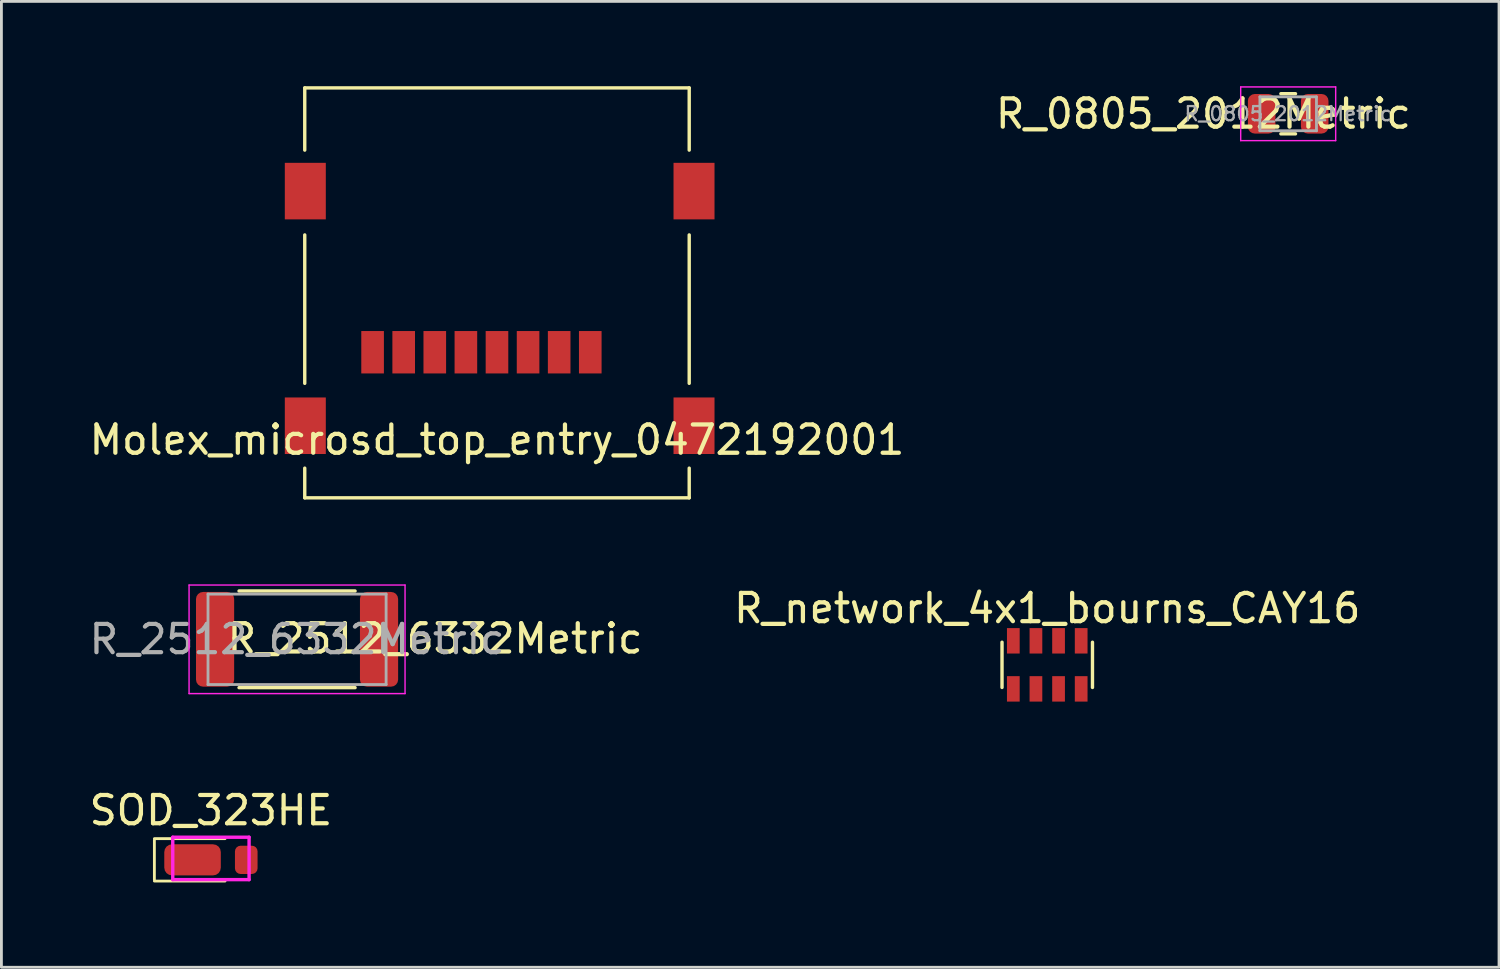
<source format=kicad_pcb>
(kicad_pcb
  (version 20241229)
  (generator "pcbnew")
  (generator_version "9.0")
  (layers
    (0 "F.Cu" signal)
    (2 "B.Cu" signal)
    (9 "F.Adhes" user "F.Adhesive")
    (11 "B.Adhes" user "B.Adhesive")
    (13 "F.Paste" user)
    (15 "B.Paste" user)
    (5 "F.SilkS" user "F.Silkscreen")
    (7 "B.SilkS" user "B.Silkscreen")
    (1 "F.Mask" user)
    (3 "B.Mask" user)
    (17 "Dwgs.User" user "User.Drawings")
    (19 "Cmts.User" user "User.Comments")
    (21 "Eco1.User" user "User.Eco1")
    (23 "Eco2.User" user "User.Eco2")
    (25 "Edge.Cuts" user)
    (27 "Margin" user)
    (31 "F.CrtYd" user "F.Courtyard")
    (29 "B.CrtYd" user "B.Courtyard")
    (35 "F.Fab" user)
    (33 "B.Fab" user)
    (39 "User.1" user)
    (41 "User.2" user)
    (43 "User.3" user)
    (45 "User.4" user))
  (footprint "R_2512_6332Metric"
    (layer "F.Cu")
    (at 7.458 19.565)
    (property "Reference" "R_2512_6332Metric" (at 4.882 -0.025 0) (layer "F.SilkS") (effects (font (size 1 1) (thickness 0.15))))
    (attr smd)
    (fp_line (start -2.052 -1.71) (end 2.052 -1.71) (stroke (width 0.12) (type solid)) (layer "F.SilkS"))
    (fp_line (start -2.052 1.71) (end 2.052 1.71) (stroke (width 0.12) (type solid)) (layer "F.SilkS"))
    (fp_line (start -3.82 -1.92) (end 3.82 -1.92) (stroke (width 0.05) (type solid)) (layer "F.CrtYd"))
    (fp_line (start -3.82 1.92) (end -3.82 -1.92) (stroke (width 0.05) (type solid)) (layer "F.CrtYd"))
    (fp_line (start 3.82 -1.92) (end 3.82 1.92) (stroke (width 0.05) (type solid)) (layer "F.CrtYd"))
    (fp_line (start 3.82 1.92) (end -3.82 1.92) (stroke (width 0.05) (type solid)) (layer "F.CrtYd"))
    (fp_line (start -3.15 -1.6) (end 3.15 -1.6) (stroke (width 0.1) (type solid)) (layer "F.Fab"))
    (fp_line (start -3.15 1.6) (end -3.15 -1.6) (stroke (width 0.1) (type solid)) (layer "F.Fab"))
    (fp_line (start 3.15 -1.6) (end 3.15 1.6) (stroke (width 0.1) (type solid)) (layer "F.Fab"))
    (fp_line (start 3.15 1.6) (end -3.15 1.6) (stroke (width 0.1) (type solid)) (layer "F.Fab"))
    (fp_text user "${REFERENCE}" (at 0 0 0) (layer "F.Fab") (effects (font (size 1 1) (thickness 0.15))))
    (pad "1" smd roundrect (at -2.9 0) (size 1.35 3.35) (layers "F.Cu" "F.Mask" "F.Paste") (roundrect_rratio 0.185))
    (pad "2" smd roundrect (at 2.9 0) (size 1.35 3.35) (layers "F.Cu" "F.Mask" "F.Paste") (roundrect_rratio 0.185)))
  (footprint "SOD_323HE"
    (layer "F.Cu")
    (at 4.411 27.366)
    (property "Reference" "SOD_323HE" (at 0 -1.75 0) (layer "F.SilkS") (effects (font (size 1 1) (thickness 0.15))))
    (attr through_hole)
    (fp_line (start -2 -0.75) (end 0.5 -0.75) (stroke (width 0.1) (type solid)) (layer "F.SilkS"))
    (fp_line (start -2 0.7) (end -2 -0.7) (stroke (width 0.1) (type solid)) (layer "F.SilkS"))
    (fp_line (start -2 0.75) (end 0.5 0.75) (stroke (width 0.1) (type solid)) (layer "F.SilkS"))
    (fp_line (start -1.35 -0.8) (end -1.35 0.7) (stroke (width 0.12) (type solid)) (layer "F.CrtYd"))
    (fp_line (start -1.35 -0.8) (end 1.35 -0.8) (stroke (width 0.12) (type solid)) (layer "F.CrtYd"))
    (fp_line (start -1.35 0.7) (end 1.35 0.7) (stroke (width 0.12) (type solid)) (layer "F.CrtYd"))
    (fp_line (start 1.35 -0.8) (end 1.35 0.7) (stroke (width 0.12) (type solid)) (layer "F.CrtYd"))
    (pad "1" smd roundrect (at -0.65 0) (size 2 1.1) (layers "F.Cu" "F.Mask" "F.Paste") (roundrect_rratio 0.25))
    (pad "2" smd roundrect (at 1.25 0) (size 0.8 1) (layers "F.Cu" "F.Mask" "F.Paste") (roundrect_rratio 0.25)))
  (footprint "Molex_microsd_top_entry_0472192001"
    (layer "F.Cu")
    (at 14.53 12.01)
    (property "Reference" "Molex_microsd_top_entry_0472192001" (at 0 0.5 0) (layer "F.SilkS") (effects (font (size 1 1) (thickness 0.15))))
    (attr through_hole)
    (fp_line (start -6.8 -9.75) (end -6.8 -11.95) (stroke (width 0.12) (type solid)) (layer "F.SilkS"))
    (fp_line (start -6.8 -1.5) (end -6.8 -6.75) (stroke (width 0.12) (type solid)) (layer "F.SilkS"))
    (fp_line (start -6.8 2.55) (end -6.8 1.5) (stroke (width 0.12) (type solid)) (layer "F.SilkS"))
    (fp_line (start -6.8 2.55) (end 6.8 2.55) (stroke (width 0.12) (type solid)) (layer "F.SilkS"))
    (fp_line (start 6.8 -11.95) (end -6.8 -11.95) (stroke (width 0.12) (type solid)) (layer "F.SilkS"))
    (fp_line (start 6.8 -9.75) (end 6.8 -11.95) (stroke (width 0.12) (type solid)) (layer "F.SilkS"))
    (fp_line (start 6.8 -1.5) (end 6.8 -6.75) (stroke (width 0.12) (type solid)) (layer "F.SilkS"))
    (fp_line (start 6.8 2.55) (end 6.8 1.5) (stroke (width 0.12) (type solid)) (layer "F.SilkS"))
    (pad "1" smd rect (at 3.3 -2.6) (size 0.8 1.5) (layers "F.Cu" "F.Mask" "F.Paste"))
    (pad "2" smd rect (at 2.2 -2.6) (size 0.8 1.5) (layers "F.Cu" "F.Mask" "F.Paste"))
    (pad "3" smd rect (at 1.1 -2.6) (size 0.8 1.5) (layers "F.Cu" "F.Mask" "F.Paste"))
    (pad "4" smd rect (at 0 -2.6) (size 0.8 1.5) (layers "F.Cu" "F.Mask" "F.Paste"))
    (pad "5" smd rect (at -1.1 -2.6) (size 0.8 1.5) (layers "F.Cu" "F.Mask" "F.Paste"))
    (pad "6" smd rect (at -6.78 -8.3) (size 1.45 2) (layers "F.Cu" "F.Mask" "F.Paste"))
    (pad "6" smd rect (at -6.78 0) (size 1.45 2) (layers "F.Cu" "F.Mask" "F.Paste"))
    (pad "6" smd rect (at -2.2 -2.6) (size 0.8 1.5) (layers "F.Cu" "F.Mask" "F.Paste"))
    (pad "6" smd rect (at 6.97 -8.3) (size 1.45 2) (layers "F.Cu" "F.Mask" "F.Paste"))
    (pad "6" smd rect (at 6.97 0) (size 1.45 2) (layers "F.Cu" "F.Mask" "F.Paste"))
    (pad "7" smd rect (at -3.3 -2.6) (size 0.8 1.5) (layers "F.Cu" "F.Mask" "F.Paste"))
    (pad "8" smd rect (at -4.4 -2.6) (size 0.8 1.5) (layers "F.Cu" "F.Mask" "F.Paste")))
  (footprint "R_network_4x1_bourns_CAY16"
    (layer "F.Cu")
    (at 33.995 20.468)
    (property "Reference" "R_network_4x1_bourns_CAY16" (at 0 -2 0) (layer "F.SilkS") (effects (font (size 1 1) (thickness 0.15))))
    (attr through_hole)
    (fp_line (start -1.6 -0.8) (end -1.6 0.8) (stroke (width 0.12) (type solid)) (layer "F.SilkS"))
    (fp_line (start 1.6 -0.8) (end 1.6 0.8) (stroke (width 0.12) (type solid)) (layer "F.SilkS"))
    (pad "1" smd rect (at -1.2 -0.85) (size 0.45 0.9) (layers "F.Cu" "F.Mask" "F.Paste"))
    (pad "2" smd rect (at -0.4 -0.85) (size 0.45 0.9) (layers "F.Cu" "F.Mask" "F.Paste"))
    (pad "3" smd rect (at 0.4 -0.85) (size 0.45 0.9) (layers "F.Cu" "F.Mask" "F.Paste"))
    (pad "4" smd rect (at 1.2 -0.85) (size 0.45 0.9) (layers "F.Cu" "F.Mask" "F.Paste"))
    (pad "5" smd rect (at 1.2 0.85) (size 0.45 0.9) (layers "F.Cu" "F.Mask" "F.Paste"))
    (pad "6" smd rect (at 0.4 0.85) (size 0.45 0.9) (layers "F.Cu" "F.Mask" "F.Paste"))
    (pad "7" smd rect (at -0.4 0.85) (size 0.45 0.9) (layers "F.Cu" "F.Mask" "F.Paste"))
    (pad "8" smd rect (at -1.2 0.85) (size 0.45 0.9) (layers "F.Cu" "F.Mask" "F.Paste")))
  (footprint "R_0805_2012Metric"
    (layer "F.Cu")
    (at 42.518 0.975)
    (property "Reference" "R_0805_2012Metric" (at -3 0 0) (layer "F.SilkS") (effects (font (size 1 1) (thickness 0.15))))
    (attr smd)
    (fp_line (start -0.259 -0.71) (end 0.259 -0.71) (stroke (width 0.12) (type solid)) (layer "F.SilkS"))
    (fp_line (start -0.259 0.71) (end 0.259 0.71) (stroke (width 0.12) (type solid)) (layer "F.SilkS"))
    (fp_line (start -1.68 -0.95) (end 1.68 -0.95) (stroke (width 0.05) (type solid)) (layer "F.CrtYd"))
    (fp_line (start -1.68 0.95) (end -1.68 -0.95) (stroke (width 0.05) (type solid)) (layer "F.CrtYd"))
    (fp_line (start 1.68 -0.95) (end 1.68 0.95) (stroke (width 0.05) (type solid)) (layer "F.CrtYd"))
    (fp_line (start 1.68 0.95) (end -1.68 0.95) (stroke (width 0.05) (type solid)) (layer "F.CrtYd"))
    (fp_line (start -1 -0.6) (end 1 -0.6) (stroke (width 0.1) (type solid)) (layer "F.Fab"))
    (fp_line (start -1 0.6) (end -1 -0.6) (stroke (width 0.1) (type solid)) (layer "F.Fab"))
    (fp_line (start 1 -0.6) (end 1 0.6) (stroke (width 0.1) (type solid)) (layer "F.Fab"))
    (fp_line (start 1 0.6) (end -1 0.6) (stroke (width 0.1) (type solid)) (layer "F.Fab"))
    (fp_text user "${REFERENCE}" (at 0 0 0) (layer "F.Fab") (effects (font (size 0.5 0.5) (thickness 0.08))))
    (pad "1" smd roundrect (at -0.938 0) (size 0.975 1.4) (layers "F.Cu" "F.Mask" "F.Paste") (roundrect_rratio 0.25))
    (pad "2" smd roundrect (at 0.938 0) (size 0.975 1.4) (layers "F.Cu" "F.Mask" "F.Paste") (roundrect_rratio 0.25)))
  (gr_rect
    (start -3 -3)
    (end 49.976 31.166)
    (stroke (width 0.1) (type default))
    (fill no)
    (layer "Edge.Cuts")))
</source>
